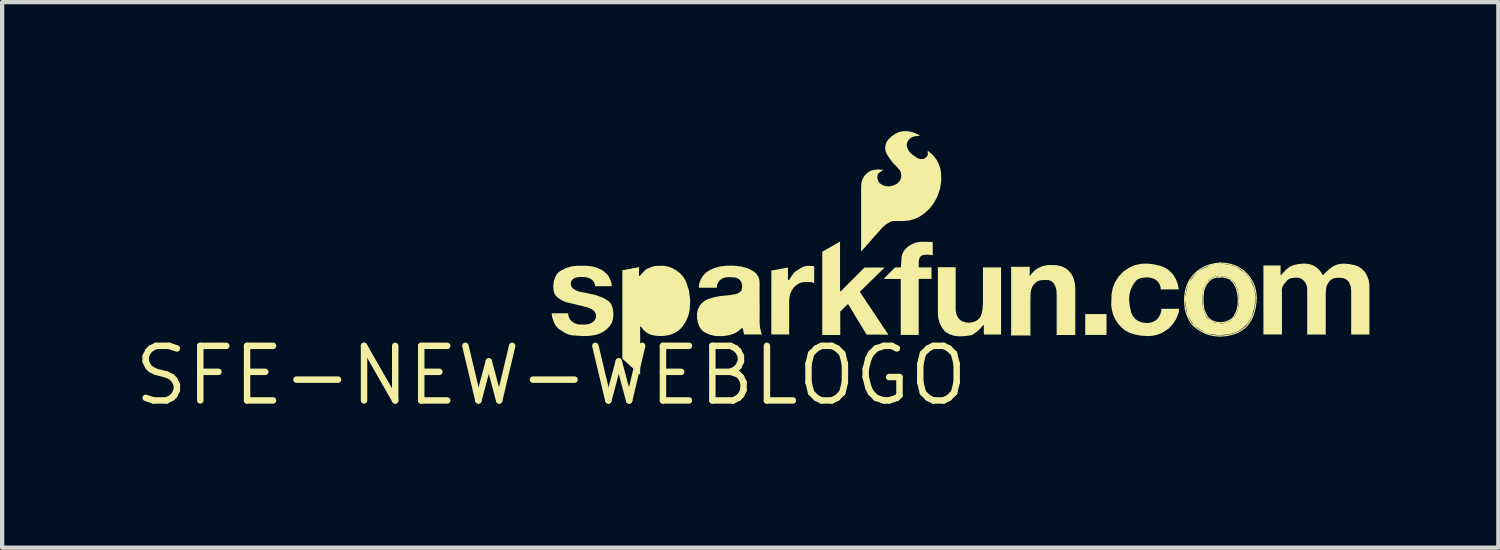
<source format=kicad_pcb>
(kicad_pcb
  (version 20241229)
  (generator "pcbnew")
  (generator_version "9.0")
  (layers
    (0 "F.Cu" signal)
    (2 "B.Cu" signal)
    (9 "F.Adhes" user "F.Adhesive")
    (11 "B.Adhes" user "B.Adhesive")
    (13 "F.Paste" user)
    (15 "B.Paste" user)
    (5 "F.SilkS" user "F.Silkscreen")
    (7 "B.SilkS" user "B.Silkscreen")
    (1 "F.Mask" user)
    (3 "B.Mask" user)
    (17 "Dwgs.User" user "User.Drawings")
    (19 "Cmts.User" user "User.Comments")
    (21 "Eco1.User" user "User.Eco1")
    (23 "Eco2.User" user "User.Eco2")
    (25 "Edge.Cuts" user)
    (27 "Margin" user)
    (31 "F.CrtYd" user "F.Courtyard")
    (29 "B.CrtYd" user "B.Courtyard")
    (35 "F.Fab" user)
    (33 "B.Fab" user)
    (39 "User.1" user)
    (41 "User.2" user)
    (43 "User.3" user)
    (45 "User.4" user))
  (footprint "SFE-NEW-WEBLOGO"
    (layer "F.Cu")
    (at 9.774 5.687)
    (property "Reference" "SFE-NEW-WEBLOGO" (at 0 0 0) (layer "F.SilkS") (effects (font (size 1.27 1.27) (thickness 0.15))))
    (attr through_hole)
    (fp_line (start 10.716 -2.517) (end 11.12 -2.517) (stroke (width 0.025) (type solid)) (layer "F.SilkS"))
    (fp_line (start 10.716 -0.945) (end 10.716 -2.517) (stroke (width 0.025) (type solid)) (layer "F.SilkS"))
    (fp_line (start 11.12 -2.517) (end 11.12 -2.296) (stroke (width 0.025) (type solid)) (layer "F.SilkS"))
    (fp_line (start 11.12 -2.296) (end 11.128 -2.296) (stroke (width 0.025) (type solid)) (layer "F.SilkS"))
    (fp_line (start 11.138 -1.814) (end 11.138 -0.945) (stroke (width 0.025) (type solid)) (layer "F.SilkS"))
    (fp_line (start 11.138 -0.945) (end 10.716 -0.945) (stroke (width 0.025) (type solid)) (layer "F.SilkS"))
    (fp_line (start 11.773 -0.955) (end 11.773 -1.92) (stroke (width 0.025) (type solid)) (layer "F.SilkS"))
    (fp_line (start 12.182 -2.009) (end 12.182 -0.955) (stroke (width 0.025) (type solid)) (layer "F.SilkS"))
    (fp_line (start 12.182 -0.955) (end 11.773 -0.955) (stroke (width 0.025) (type solid)) (layer "F.SilkS"))
    (fp_line (start 15.55 -2.614) (end 15.55 -2.291) (stroke (width 0.025) (type solid)) (layer "F.SilkS"))
    (fp_line (start 15.55 -2.291) (end 15.527 -2.291) (stroke (width 0.025) (type solid)) (layer "F.SilkS"))
    (fp_line (start 15.57 -2.614) (end 15.585 -2.614) (stroke (width 0.025) (type solid)) (layer "F.SilkS"))
    (fp_line (start 15.57 -2.296) (end 15.57 -2.614) (stroke (width 0.025) (type solid)) (layer "F.SilkS"))
    (fp_arc (start 11.1379 -1.8821) (mid 11.146106 -1.962214) (end 11.1684 -2.0396) (stroke (width 0.0254) (type solid)) (layer "F.SilkS"))
    (fp_arc (start 11.1379 -1.8136) (mid 11.137681 -1.84785) (end 11.1379 -1.8821) (stroke (width 0.0254) (type solid)) (layer "F.SilkS"))
    (fp_arc (start 11.1455 -2.3038) (mid 11.137379 -2.298176) (end 11.1277 -2.2962) (stroke (width 0.0254) (type solid)) (layer "F.SilkS"))
    (fp_arc (start 11.1582 -2.319) (mid 11.152103 -2.311188) (end 11.1455 -2.3038) (stroke (width 0.0254) (type solid)) (layer "F.SilkS"))
    (fp_arc (start 11.1582 -2.319) (mid 11.172158 -2.338081) (end 11.1862 -2.3571) (stroke (width 0.0254) (type solid)) (layer "F.SilkS"))
    (fp_arc (start 11.1684 -2.0396) (mid 11.206138 -2.110015) (end 11.2598 -2.1692) (stroke (width 0.0254) (type solid)) (layer "F.SilkS"))
    (fp_arc (start 11.1862 -2.3571) (mid 11.2264 -2.404414) (end 11.2725 -2.446) (stroke (width 0.0254) (type solid)) (layer "F.SilkS"))
    (fp_arc (start 11.259799 -2.1692) (mid 11.334441 -2.214452) (end 11.4198 -2.2327) (stroke (width 0.0254) (type solid)) (layer "F.SilkS"))
    (fp_arc (start 11.2725 -2.446) (mid 11.411238 -2.52384) (end 11.5672 -2.5552) (stroke (width 0.0254) (type solid)) (layer "F.SilkS"))
    (fp_arc (start 11.5316 -2.2377) (mid 11.475702 -2.235165) (end 11.4198 -2.2327) (stroke (width 0.0254) (type solid)) (layer "F.SilkS"))
    (fp_arc (start 11.5316 -2.2377) (mid 11.565101 -2.235924) (end 11.5976 -2.2276) (stroke (width 0.0254) (type solid)) (layer "F.SilkS"))
    (fp_arc (start 11.5672 -2.5552) (mid 11.667584 -2.556058) (end 11.7678 -2.5502) (stroke (width 0.0254) (type solid)) (layer "F.SilkS"))
    (fp_arc (start 11.5976 -2.2276) (mid 11.664346 -2.1894) (end 11.7145 -2.1311) (stroke (width 0.0254) (type solid)) (layer "F.SilkS"))
    (fp_arc (start 11.7145 -2.1311) (mid 11.758038 -2.02962) (end 11.7729 -1.9202) (stroke (width 0.0254) (type solid)) (layer "F.SilkS"))
    (fp_arc (start 11.7678 -2.5502) (mid 11.911985 -2.511161) (end 12.0345 -2.425699) (stroke (width 0.0254) (type solid)) (layer "F.SilkS"))
    (fp_arc (start 12.0345 -2.4257) (mid 12.104013 -2.336521) (end 12.1488 -2.232699) (stroke (width 0.0254) (type solid)) (layer "F.SilkS"))
    (fp_arc (start 12.1488 -2.2327) (mid 12.172766 -2.122002) (end 12.1818 -2.0091) (stroke (width 0.0254) (type solid)) (layer "F.SilkS"))
    (fp_arc (start 14.7523 -1.5672) (mid 14.737287 -1.759061) (end 14.7549 -1.9507) (stroke (width 0.0254) (type solid)) (layer "F.SilkS"))
    (fp_arc (start 14.7549 -1.9507) (mid 14.882786 -2.260687) (end 15.128201 -2.4892) (stroke (width 0.0254) (type solid)) (layer "F.SilkS"))
    (fp_arc (start 14.8615 -1.27) (mid 14.792796 -1.413418) (end 14.7523 -1.5672) (stroke (width 0.0254) (type solid)) (layer "F.SilkS"))
    (fp_arc (start 14.9911 -1.1201) (mid 14.919858 -1.189481) (end 14.8615 -1.27) (stroke (width 0.0254) (type solid)) (layer "F.SilkS"))
    (fp_arc (start 15.1282 -2.4892) (mid 15.331296 -2.577713) (end 15.5499 -2.6137) (stroke (width 0.0254) (type solid)) (layer "F.SilkS"))
    (fp_arc (start 15.168899 -1.8847) (mid 15.20247 -2.035022) (end 15.2781 -2.1692) (stroke (width 0.0254) (type solid)) (layer "F.SilkS"))
    (fp_arc (start 15.1714 -1.6383) (mid 15.165026 -1.761448) (end 15.1689 -1.8847) (stroke (width 0.0254) (type solid)) (layer "F.SilkS"))
    (fp_arc (start 15.24 -1.4097) (mid 15.194331 -1.520588) (end 15.1714 -1.6383) (stroke (width 0.0254) (type solid)) (layer "F.SilkS"))
    (fp_arc (start 15.278099 -2.1692) (mid 15.388433 -2.258974) (end 15.527 -2.2911) (stroke (width 0.0254) (type solid)) (layer "F.SilkS"))
    (fp_arc (start 15.428 -1.2522) (mid 15.31871 -1.312699) (end 15.24 -1.4097) (stroke (width 0.0254) (type solid)) (layer "F.SilkS"))
    (fp_arc (start 15.5423 -0.9195) (mid 15.249615 -0.972854) (end 14.9911 -1.1201) (stroke (width 0.0254) (type solid)) (layer "F.SilkS"))
    (fp_arc (start 15.5702 -2.2962) (mid 15.650001 -2.290017) (end 15.7277 -2.2708) (stroke (width 0.0254) (type solid)) (layer "F.SilkS"))
    (fp_arc (start 15.5854 -2.6137) (mid 15.698073 -2.606673) (end 15.809 -2.5857) (stroke (width 0.0254) (type solid)) (layer "F.SilkS"))
    (fp_arc (start 15.7277 -2.2708) (mid 15.783745 -2.244042) (end 15.8318 -2.2047) (stroke (width 0.0254) (type solid)) (layer "F.SilkS"))
    (fp_arc (start 15.7632 -1.2725) (mid 15.597525 -1.230563) (end 15.428 -1.2522) (stroke (width 0.0254) (type solid)) (layer "F.SilkS"))
    (fp_arc (start 15.809 -2.5857) (mid 15.978822 -2.520652) (end 16.129 -2.4181) (stroke (width 0.0254) (type solid)) (layer "F.SilkS"))
    (fp_arc (start 15.8318 -2.2047) (mid 15.910982 -2.096372) (end 15.9588 -1.971) (stroke (width 0.0254) (type solid)) (layer "F.SilkS"))
    (fp_arc (start 15.9029 -0.9754) (mid 15.724919 -0.932492) (end 15.5423 -0.9195) (stroke (width 0.0254) (type solid)) (layer "F.SilkS"))
    (fp_arc (start 15.908 -1.4097) (mid 15.846801 -1.329279) (end 15.7632 -1.2725) (stroke (width 0.0254) (type solid)) (layer "F.SilkS"))
    (fp_arc (start 15.9588 -1.971) (mid 15.980368 -1.846143) (end 15.9868 -1.7196) (stroke (width 0.0254) (type solid)) (layer "F.SilkS"))
    (fp_arc (start 15.9868 -1.7196) (mid 15.966058 -1.559906) (end 15.908 -1.4097) (stroke (width 0.0254) (type solid)) (layer "F.SilkS"))
    (fp_arc (start 16.129 -2.4181) (mid 16.333054 -2.143404) (end 16.4033 -1.808499) (stroke (width 0.0254) (type solid)) (layer "F.SilkS"))
    (fp_arc (start 16.317 -1.3665) (mid 16.153433 -1.12491) (end 15.9029 -0.9754) (stroke (width 0.0254) (type solid)) (layer "F.SilkS"))
    (fp_arc (start 16.4033 -1.8085) (mid 16.380488 -1.583529) (end 16.317 -1.3665) (stroke (width 0.0254) (type solid)) (layer "F.SilkS"))
    (fp_poly (pts (xy 12.426 -0.945) (xy 12.921 -0.945) (xy 12.921 -1.43) (xy 12.426 -1.43)) (stroke (width 0) (type solid)) (fill yes) (layer "F.SilkS"))
    (fp_poly (pts (xy 7.757 -2.512) (xy 7.29 -2.512) (xy 6.739 -1.961) (xy 6.728 -1.961) (xy 6.721 -1.969) (xy 6.721 -3.117) (xy 6.307 -2.88) (xy 6.307 -0.947) (xy 6.312 -0.942) (xy 6.726 -0.942) (xy 6.726 -1.478) (xy 6.726 -1.478) (xy 6.726 -1.483) (xy 6.726 -1.488) (xy 6.726 -1.488) (xy 6.726 -1.488) (xy 6.73 -1.492) (xy 6.733 -1.496) (xy 6.733 -1.496) (xy 6.892 -1.65) (xy 6.893 -1.652) (xy 6.896 -1.654) (xy 6.899 -1.656) (xy 6.9 -1.656) (xy 6.902 -1.657) (xy 6.906 -1.656) (xy 6.909 -1.656) (xy 6.911 -1.655) (xy 6.912 -1.655) (xy 6.914 -1.652) (xy 6.917 -1.649) (xy 6.917 -1.647) (xy 7.338 -0.953) (xy 7.846 -0.95) (xy 7.187 -1.938) (xy 7.184 -1.941) (xy 7.184 -1.943) (xy 7.184 -1.944) (xy 7.184 -1.948) (xy 7.184 -1.952) (xy 7.185 -1.953) (xy 7.186 -1.954) (xy 7.189 -1.956)) (stroke (width 0) (type solid)) (fill yes) (layer "F.SilkS"))
    (fp_poly (pts (xy 1.656 -0.391) (xy 2.07 -0.018) (xy 2.07 -1.124) (xy 2.069 -1.125) (xy 2.07 -1.129) (xy 2.07 -1.133) (xy 2.071 -1.134) (xy 2.071 -1.135) (xy 2.075 -1.138) (xy 2.078 -1.141) (xy 2.079 -1.141) (xy 2.08 -1.141) (xy 2.084 -1.141) (xy 2.088 -1.141) (xy 2.089 -1.14) (xy 2.09 -1.14) (xy 2.092 -1.136) (xy 2.095 -1.133) (xy 2.095 -1.132) (xy 2.145 -1.064) (xy 2.211 -1.005) (xy 2.288 -0.961) (xy 2.372 -0.935) (xy 2.494 -0.919) (xy 2.617 -0.921) (xy 2.738 -0.94) (xy 2.83 -0.969) (xy 2.916 -1.014) (xy 2.992 -1.072) (xy 3.058 -1.143) (xy 3.135 -1.261) (xy 3.191 -1.391) (xy 3.223 -1.529) (xy 3.235 -1.751) (xy 3.207 -1.971) (xy 3.139 -2.182) (xy 3.081 -2.286) (xy 3.002 -2.375) (xy 2.92 -2.44) (xy 2.83 -2.494) (xy 2.727 -2.534) (xy 2.619 -2.553) (xy 2.421 -2.55) (xy 2.372 -2.54) (xy 2.24 -2.487) (xy 2.201 -2.463) (xy 2.167 -2.433) (xy 2.078 -2.337) (xy 2.068 -2.326) (xy 2.068 -2.325) (xy 2.064 -2.322) (xy 2.061 -2.318) (xy 2.06 -2.318) (xy 2.06 -2.318) (xy 2.055 -2.318) (xy 2.05 -2.318) (xy 2.05 -2.318) (xy 2.05 -2.318) (xy 2.046 -2.321) (xy 2.043 -2.325) (xy 2.043 -2.325) (xy 2.042 -2.325) (xy 2.042 -2.33) (xy 2.042 -2.335) (xy 2.042 -2.335) (xy 2.045 -2.522) (xy 1.656 -2.449)) (stroke (width 0) (type solid)) (fill yes) (layer "F.SilkS"))
    (fp_poly (pts (xy 8.138 -2.56) (xy 8.138 -2.522) (xy 8.131 -2.515) (xy 8.001 -2.515) (xy 7.734 -2.248) (xy 7.734 -2.248) (xy 8.12 -2.245) (xy 8.126 -2.245) (xy 8.126 -2.245) (xy 8.126 -2.245) (xy 8.129 -2.242) (xy 8.133 -2.238) (xy 8.133 -2.238) (xy 8.133 -2.238) (xy 8.133 -2.233) (xy 8.133 -0.945) (xy 8.55 -0.945) (xy 8.55 -2.24) (xy 8.557 -2.248) (xy 8.849 -2.248) (xy 8.849 -2.515) (xy 8.56 -2.515) (xy 8.552 -2.522) (xy 8.552 -2.649) (xy 8.552 -2.65) (xy 8.552 -2.654) (xy 8.552 -2.659) (xy 8.553 -2.659) (xy 8.558 -2.698) (xy 8.557 -2.7) (xy 8.559 -2.703) (xy 8.559 -2.707) (xy 8.561 -2.708) (xy 8.576 -2.744) (xy 8.575 -2.746) (xy 8.578 -2.748) (xy 8.579 -2.752) (xy 8.581 -2.752) (xy 8.595 -2.77) (xy 8.595 -2.772) (xy 8.598 -2.774) (xy 8.6 -2.777) (xy 8.602 -2.777) (xy 8.621 -2.791) (xy 8.622 -2.792) (xy 8.625 -2.793) (xy 8.628 -2.795) (xy 8.63 -2.795) (xy 8.651 -2.803) (xy 8.653 -2.804) (xy 8.656 -2.804) (xy 8.66 -2.805) (xy 8.661 -2.805) (xy 8.744 -2.812) (xy 8.745 -2.813) (xy 8.749 -2.813) (xy 8.753 -2.813) (xy 8.754 -2.812) (xy 8.847 -2.804) (xy 8.87 -2.802) (xy 8.877 -2.802) (xy 8.877 -3.104) (xy 8.875 -3.104) (xy 8.87 -3.104) (xy 8.87 -3.104) (xy 8.743 -3.111) (xy 8.588 -3.111) (xy 8.486 -3.094) (xy 8.391 -3.057) (xy 8.304 -3.002) (xy 8.23 -2.931) (xy 8.196 -2.883) (xy 8.171 -2.83) (xy 8.156 -2.774)) (stroke (width 0) (type solid)) (fill yes) (layer "F.SilkS"))
    (fp_poly (pts (xy 5.121 -0.955) (xy 5.537 -0.955) (xy 5.537 -1.732) (xy 5.537 -1.733) (xy 5.537 -1.737) (xy 5.537 -1.742) (xy 5.538 -1.743) (xy 5.544 -1.818) (xy 5.544 -1.819) (xy 5.545 -1.824) (xy 5.545 -1.828) (xy 5.546 -1.829) (xy 5.564 -1.903) (xy 5.563 -1.904) (xy 5.565 -1.907) (xy 5.566 -1.911) (xy 5.567 -1.912) (xy 5.6 -1.985) (xy 5.6 -1.986) (xy 5.602 -1.989) (xy 5.604 -1.993) (xy 5.605 -1.993) (xy 5.653 -2.057) (xy 5.654 -2.058) (xy 5.657 -2.061) (xy 5.659 -2.064) (xy 5.66 -2.064) (xy 5.721 -2.115) (xy 5.722 -2.116) (xy 5.725 -2.118) (xy 5.728 -2.121) (xy 5.73 -2.121) (xy 5.771 -2.143) (xy 5.771 -2.145) (xy 5.775 -2.146) (xy 5.779 -2.148) (xy 5.78 -2.148) (xy 5.824 -2.163) (xy 5.825 -2.164) (xy 5.829 -2.165) (xy 5.833 -2.166) (xy 5.834 -2.166) (xy 5.88 -2.173) (xy 5.881 -2.174) (xy 5.885 -2.174) (xy 5.889 -2.175) (xy 5.89 -2.174) (xy 6.035 -2.174) (xy 6.036 -2.175) (xy 6.04 -2.174) (xy 6.044 -2.174) (xy 6.045 -2.173) (xy 6.101 -2.161) (xy 6.116 -2.159) (xy 6.119 -2.159) (xy 6.119 -2.545) (xy 5.982 -2.553) (xy 5.912 -2.544) (xy 5.845 -2.522) (xy 5.784 -2.487) (xy 5.695 -2.428) (xy 5.655 -2.398) (xy 5.624 -2.36) (xy 5.558 -2.26) (xy 5.558 -2.26) (xy 5.555 -2.256) (xy 5.552 -2.251) (xy 5.552 -2.251) (xy 5.538 -2.229) (xy 5.536 -2.225) (xy 5.535 -2.225) (xy 5.534 -2.224) (xy 5.53 -2.223) (xy 5.529 -2.223) (xy 5.527 -2.222) (xy 5.524 -2.222) (xy 5.521 -2.221) (xy 5.519 -2.222) (xy 5.517 -2.222) (xy 5.514 -2.224) (xy 5.512 -2.225) (xy 5.511 -2.227) (xy 5.509 -2.229) (xy 5.509 -2.232) (xy 5.508 -2.235) (xy 5.509 -2.237) (xy 5.509 -2.512) (xy 5.123 -2.443)) (stroke (width 0) (type solid)) (fill yes) (layer "F.SilkS"))
    (fp_poly (pts (xy 9.366 -0.927) (xy 9.469 -0.912) (xy 9.619 -0.915) (xy 9.766 -0.937) (xy 9.793 -0.945) (xy 9.817 -0.958) (xy 9.91 -1.023) (xy 9.993 -1.102) (xy 10.041 -1.162) (xy 10.041 -1.163) (xy 10.044 -1.166) (xy 10.047 -1.17) (xy 10.047 -1.17) (xy 10.048 -1.171) (xy 10.053 -1.171) (xy 10.057 -1.171) (xy 10.058 -1.171) (xy 10.059 -1.171) (xy 10.062 -1.167) (xy 10.065 -1.165) (xy 10.065 -1.164) (xy 10.066 -1.163) (xy 10.066 -1.159) (xy 10.067 -1.154) (xy 10.066 -1.154) (xy 10.066 -0.953) (xy 10.467 -0.953) (xy 10.467 -2.515) (xy 10.046 -2.515) (xy 10.046 -1.689) (xy 10.046 -1.689) (xy 10.046 -1.684) (xy 10.046 -1.679) (xy 10.045 -1.679) (xy 10.038 -1.565) (xy 10.039 -1.564) (xy 10.038 -1.56) (xy 10.038 -1.555) (xy 10.037 -1.555) (xy 10.016 -1.443) (xy 10.017 -1.441) (xy 10.015 -1.438) (xy 10.014 -1.434) (xy 10.013 -1.433) (xy 9.995 -1.385) (xy 9.996 -1.383) (xy 9.993 -1.38) (xy 9.992 -1.377) (xy 9.991 -1.376) (xy 9.962 -1.333) (xy 9.962 -1.332) (xy 9.959 -1.329) (xy 9.957 -1.326) (xy 9.955 -1.326) (xy 9.918 -1.291) (xy 9.917 -1.289) (xy 9.914 -1.288) (xy 9.911 -1.285) (xy 9.909 -1.285) (xy 9.865 -1.26) (xy 9.864 -1.258) (xy 9.86 -1.257) (xy 9.857 -1.255) (xy 9.855 -1.256) (xy 9.793 -1.237) (xy 9.793 -1.236) (xy 9.789 -1.235) (xy 9.785 -1.234) (xy 9.784 -1.235) (xy 9.719 -1.229) (xy 9.718 -1.228) (xy 9.714 -1.228) (xy 9.71 -1.228) (xy 9.709 -1.229) (xy 9.645 -1.236) (xy 9.643 -1.235) (xy 9.639 -1.237) (xy 9.636 -1.237) (xy 9.635 -1.238) (xy 9.573 -1.258) (xy 9.572 -1.258) (xy 9.568 -1.26) (xy 9.564 -1.261) (xy 9.564 -1.262) (xy 9.531 -1.281) (xy 9.529 -1.281) (xy 9.526 -1.284) (xy 9.523 -1.286) (xy 9.523 -1.287) (xy 9.494 -1.312) (xy 9.493 -1.312) (xy 9.49 -1.315) (xy 9.487 -1.318) (xy 9.487 -1.319) (xy 9.465 -1.35) (xy 9.463 -1.35) (xy 9.462 -1.354) (xy 9.459 -1.357) (xy 9.459 -1.358) (xy 9.428 -1.429) (xy 9.427 -1.43) (xy 9.426 -1.433) (xy 9.425 -1.437) (xy 9.425 -1.438) (xy 9.412 -1.514) (xy 9.411 -1.515) (xy 9.411 -1.519) (xy 9.41 -1.523) (xy 9.411 -1.524) (xy 9.411 -2.52) (xy 8.997 -2.52) (xy 8.997 -1.44) (xy 9.007 -1.33) (xy 9.037 -1.224) (xy 9.086 -1.125) (xy 9.152 -1.036) (xy 9.177 -1.014) (xy 9.267 -0.961)) (stroke (width 0) (type solid)) (fill yes) (layer "F.SilkS"))
    (fp_poly (pts (xy 10.716 -0.945) (xy 11.138 -0.945) (xy 11.138 -1.877) (xy 11.137 -1.878) (xy 11.138 -1.882) (xy 11.138 -1.887) (xy 11.138 -1.887) (xy 11.146 -1.957) (xy 11.145 -1.958) (xy 11.146 -1.962) (xy 11.147 -1.966) (xy 11.148 -1.967) (xy 11.167 -2.035) (xy 11.167 -2.036) (xy 11.168 -2.04) (xy 11.169 -2.043) (xy 11.171 -2.044) (xy 11.204 -2.106) (xy 11.204 -2.107) (xy 11.206 -2.11) (xy 11.208 -2.113) (xy 11.21 -2.114) (xy 11.256 -2.165) (xy 11.257 -2.167) (xy 11.26 -2.169) (xy 11.262 -2.172) (xy 11.264 -2.172) (xy 11.304 -2.199) (xy 11.304 -2.201) (xy 11.308 -2.202) (xy 11.311 -2.204) (xy 11.313 -2.204) (xy 11.357 -2.222) (xy 11.358 -2.223) (xy 11.362 -2.224) (xy 11.366 -2.225) (xy 11.367 -2.224) (xy 11.415 -2.232) (xy 11.415 -2.232) (xy 11.42 -2.233) (xy 11.424 -2.233) (xy 11.425 -2.233) (xy 11.526 -2.237) (xy 11.527 -2.238) (xy 11.532 -2.238) (xy 11.536 -2.238) (xy 11.537 -2.237) (xy 11.56 -2.236) (xy 11.561 -2.237) (xy 11.565 -2.236) (xy 11.569 -2.236) (xy 11.57 -2.235) (xy 11.593 -2.229) (xy 11.594 -2.229) (xy 11.598 -2.228) (xy 11.601 -2.227) (xy 11.602 -2.225) (xy 11.639 -2.207) (xy 11.641 -2.207) (xy 11.644 -2.205) (xy 11.647 -2.203) (xy 11.648 -2.201) (xy 11.679 -2.175) (xy 11.681 -2.175) (xy 11.683 -2.172) (xy 11.686 -2.169) (xy 11.686 -2.168) (xy 11.711 -2.135) (xy 11.713 -2.135) (xy 11.714 -2.131) (xy 11.717 -2.128) (xy 11.717 -2.127) (xy 11.744 -2.069) (xy 11.745 -2.069) (xy 11.747 -2.065) (xy 11.748 -2.061) (xy 11.748 -2.06) (xy 11.765 -1.999) (xy 11.766 -1.998) (xy 11.766 -1.994) (xy 11.767 -1.99) (xy 11.767 -1.989) (xy 11.772 -1.925) (xy 11.773 -1.925) (xy 11.773 -1.92) (xy 11.773 -1.916) (xy 11.773 -1.915) (xy 11.773 -0.955) (xy 12.182 -0.955) (xy 12.182 -2.009) (xy 12.173 -2.122) (xy 12.149 -2.233) (xy 12.122 -2.303) (xy 12.083 -2.368) (xy 12.034 -2.426) (xy 11.956 -2.487) (xy 11.866 -2.53) (xy 11.768 -2.55) (xy 11.567 -2.555) (xy 11.462 -2.54) (xy 11.362 -2.503) (xy 11.273 -2.446) (xy 11.226 -2.404) (xy 11.186 -2.357) (xy 11.161 -2.323) (xy 11.161 -2.323) (xy 11.158 -2.319) (xy 11.155 -2.315) (xy 11.155 -2.315) (xy 11.149 -2.308) (xy 11.148 -2.306) (xy 11.145 -2.304) (xy 11.143 -2.301) (xy 11.141 -2.301) (xy 11.141 -2.301) (xy 11.138 -2.298) (xy 11.137 -2.298) (xy 11.136 -2.297) (xy 11.132 -2.298) (xy 11.128 -2.298) (xy 11.127 -2.299) (xy 11.125 -2.299) (xy 11.123 -2.302) (xy 11.12 -2.305) (xy 11.12 -2.306) (xy 11.119 -2.308) (xy 11.12 -2.312) (xy 11.12 -2.517) (xy 10.716 -2.517)) (stroke (width 0) (type solid)) (fill yes) (layer "F.SilkS"))
    (fp_poly (pts (xy 15.245 -0.978) (xy 15.545 -0.937) (xy 15.796 -0.963) (xy 15.982 -1.026) (xy 16.093 -1.105) (xy 16.213 -1.219) (xy 16.294 -1.349) (xy 16.363 -1.595) (xy 16.388 -1.806) (xy 16.36 -2.024) (xy 16.256 -2.258) (xy 16.147 -2.385) (xy 15.949 -2.522) (xy 15.786 -2.578) (xy 15.585 -2.603) (xy 15.58 -2.306) (xy 15.585 -2.306) (xy 15.586 -2.307) (xy 15.591 -2.306) (xy 15.595 -2.306) (xy 15.596 -2.306) (xy 15.707 -2.297) (xy 15.71 -2.297) (xy 15.712 -2.296) (xy 15.715 -2.296) (xy 15.717 -2.294) (xy 15.807 -2.245) (xy 15.809 -2.245) (xy 15.812 -2.243) (xy 15.815 -2.241) (xy 15.815 -2.239) (xy 15.894 -2.163) (xy 15.897 -2.162) (xy 15.898 -2.159) (xy 15.9 -2.157) (xy 15.9 -2.154) (xy 15.972 -1.998) (xy 15.974 -1.997) (xy 15.974 -1.994) (xy 15.975 -1.991) (xy 15.975 -1.989) (xy 15.999 -1.803) (xy 15.999 -1.803) (xy 15.999 -1.798) (xy 16 -1.794) (xy 15.999 -1.793) (xy 15.999 -1.659) (xy 16 -1.657) (xy 15.999 -1.653) (xy 15.999 -1.65) (xy 15.998 -1.649) (xy 15.963 -1.501) (xy 15.963 -1.5) (xy 15.961 -1.496) (xy 15.96 -1.492) (xy 15.959 -1.491) (xy 15.908 -1.376) (xy 15.907 -1.373) (xy 15.906 -1.372) (xy 15.904 -1.369) (xy 15.902 -1.368) (xy 15.797 -1.273) (xy 15.796 -1.271) (xy 15.794 -1.27) (xy 15.792 -1.268) (xy 15.789 -1.268) (xy 15.618 -1.211) (xy 15.616 -1.209) (xy 15.613 -1.209) (xy 15.611 -1.208) (xy 15.608 -1.21) (xy 15.438 -1.231) (xy 15.435 -1.231) (xy 15.433 -1.232) (xy 15.43 -1.232) (xy 15.429 -1.235) (xy 15.267 -1.333) (xy 15.264 -1.334) (xy 15.263 -1.336) (xy 15.261 -1.337) (xy 15.261 -1.34) (xy 15.209 -1.438) (xy 15.208 -1.439) (xy 15.207 -1.443) (xy 15.205 -1.446) (xy 15.205 -1.448) (xy 15.17 -1.555) (xy 15.169 -1.555) (xy 15.169 -1.56) (xy 15.168 -1.564) (xy 15.168 -1.565) (xy 15.152 -1.682) (xy 15.151 -1.682) (xy 15.151 -1.687) (xy 15.151 -1.691) (xy 15.151 -1.692) (xy 15.156 -1.869) (xy 15.155 -1.87) (xy 15.156 -1.875) (xy 15.156 -1.879) (xy 15.157 -1.88) (xy 15.183 -2.019) (xy 15.183 -2.021) (xy 15.184 -2.024) (xy 15.185 -2.028) (xy 15.186 -2.029) (xy 15.223 -2.111) (xy 15.223 -2.113) (xy 15.225 -2.116) (xy 15.226 -2.119) (xy 15.228 -2.12) (xy 15.303 -2.224) (xy 15.304 -2.226) (xy 15.306 -2.228) (xy 15.307 -2.23) (xy 15.31 -2.23) (xy 15.421 -2.291) (xy 15.423 -2.293) (xy 15.425 -2.294) (xy 15.428 -2.295) (xy 15.43 -2.294) (xy 15.537 -2.309) (xy 15.537 -2.601) (xy 15.524 -2.606) (xy 15.519 -2.606) (xy 15.372 -2.588) (xy 15.034 -2.421) (xy 14.821 -2.149) (xy 14.74 -1.793) (xy 14.801 -1.405) (xy 14.961 -1.156)) (stroke (width 0) (type solid)) (fill yes) (layer "F.SilkS"))
    (fp_poly (pts (xy 0.49 -0.935) (xy 0.747 -0.917) (xy 0.879 -0.922) (xy 1.011 -0.94) (xy 1.111 -0.968) (xy 1.204 -1.013) (xy 1.289 -1.074) (xy 1.361 -1.148) (xy 1.399 -1.204) (xy 1.426 -1.267) (xy 1.44 -1.333) (xy 1.448 -1.438) (xy 1.438 -1.543) (xy 1.405 -1.643) (xy 1.379 -1.685) (xy 1.346 -1.72) (xy 1.277 -1.77) (xy 1.201 -1.811) (xy 1.036 -1.872) (xy 0.864 -1.91) (xy 0.665 -1.95) (xy 0.664 -1.949) (xy 0.66 -1.951) (xy 0.656 -1.952) (xy 0.656 -1.952) (xy 0.588 -1.977) (xy 0.586 -1.977) (xy 0.583 -1.979) (xy 0.579 -1.98) (xy 0.579 -1.981) (xy 0.517 -2.019) (xy 0.516 -2.019) (xy 0.513 -2.022) (xy 0.51 -2.024) (xy 0.51 -2.025) (xy 0.486 -2.05) (xy 0.484 -2.051) (xy 0.482 -2.054) (xy 0.48 -2.056) (xy 0.48 -2.058) (xy 0.465 -2.088) (xy 0.463 -2.09) (xy 0.462 -2.093) (xy 0.461 -2.096) (xy 0.461 -2.098) (xy 0.456 -2.129) (xy 0.455 -2.13) (xy 0.455 -2.134) (xy 0.455 -2.137) (xy 0.456 -2.139) (xy 0.46 -2.17) (xy 0.459 -2.172) (xy 0.46 -2.175) (xy 0.461 -2.178) (xy 0.462 -2.179) (xy 0.475 -2.208) (xy 0.475 -2.21) (xy 0.478 -2.212) (xy 0.479 -2.215) (xy 0.481 -2.216) (xy 0.5 -2.238) (xy 0.5 -2.24) (xy 0.503 -2.242) (xy 0.505 -2.244) (xy 0.507 -2.245) (xy 0.532 -2.26) (xy 0.532 -2.262) (xy 0.536 -2.263) (xy 0.539 -2.265) (xy 0.541 -2.265) (xy 0.576 -2.278) (xy 0.576 -2.279) (xy 0.581 -2.28) (xy 0.585 -2.281) (xy 0.586 -2.281) (xy 0.622 -2.288) (xy 0.623 -2.288) (xy 0.627 -2.288) (xy 0.632 -2.289) (xy 0.633 -2.289) (xy 0.709 -2.293) (xy 0.709 -2.293) (xy 0.714 -2.293) (xy 0.718 -2.293) (xy 0.719 -2.293) (xy 0.795 -2.289) (xy 0.796 -2.289) (xy 0.8 -2.288) (xy 0.804 -2.288) (xy 0.805 -2.287) (xy 0.847 -2.279) (xy 0.848 -2.28) (xy 0.852 -2.278) (xy 0.856 -2.277) (xy 0.856 -2.276) (xy 0.896 -2.26) (xy 0.897 -2.261) (xy 0.901 -2.259) (xy 0.904 -2.257) (xy 0.905 -2.256) (xy 0.941 -2.233) (xy 0.942 -2.233) (xy 0.945 -2.23) (xy 0.948 -2.228) (xy 0.949 -2.227) (xy 0.971 -2.205) (xy 0.972 -2.205) (xy 0.974 -2.202) (xy 0.977 -2.199) (xy 0.977 -2.198) (xy 0.995 -2.173) (xy 0.996 -2.172) (xy 0.997 -2.168) (xy 1 -2.165) (xy 0.999 -2.164) (xy 1.011 -2.136) (xy 1.013 -2.135) (xy 1.014 -2.131) (xy 1.015 -2.127) (xy 1.015 -2.126) (xy 1.018 -2.11) (xy 1.019 -2.109) (xy 1.019 -2.105) (xy 1.02 -2.101) (xy 1.02 -2.1) (xy 1.021 -2.078) (xy 1.41 -2.078) (xy 1.402 -2.149) (xy 1.196 -2.278) (xy 0.742 -2.41) (xy 0.323 -2.301) (xy 0.376 -1.996) (xy 0.815 -1.735) (xy 1.229 -1.509) (xy 1.233 -1.508) (xy 1.234 -1.507) (xy 1.235 -1.506) (xy 1.236 -1.502) (xy 1.238 -1.499) (xy 1.237 -1.497) (xy 1.238 -1.496) (xy 1.236 -1.493) (xy 1.134 -1.189) (xy 1.134 -1.187) (xy 1.132 -1.184) (xy 1.131 -1.18) (xy 1.129 -1.18) (xy 1.128 -1.178) (xy 1.125 -1.177) (xy 1.121 -1.176) (xy 1.12 -1.176) (xy 0.742 -1.091) (xy 0.737 -1.089) (xy 0.737 -1.09) (xy 0.736 -1.09) (xy 0.732 -1.092) (xy 0.013 -1.448) (xy 0.013 -1.448) (xy 0.015 -1.412) (xy 0.025 -1.354) (xy 0.069 -1.227) (xy 0.1 -1.167) (xy 0.142 -1.115) (xy 0.193 -1.072) (xy 0.312 -0.996) (xy 0.398 -0.956)) (stroke (width 0) (type solid)) (fill yes) (layer "F.SilkS"))
    (fp_poly (pts (xy 0.013 -1.448) (xy 0.726 -1.072) (xy 1.138 -1.163) (xy 1.25 -1.496) (xy 1.232 -1.532) (xy 0.416 -2.006) (xy 0.415 -2.006) (xy 0.411 -2.009) (xy 0.407 -2.011) (xy 0.407 -2.012) (xy 0.406 -2.012) (xy 0.405 -2.017) (xy 0.404 -2.022) (xy 0.405 -2.022) (xy 0.36 -2.274) (xy 0.359 -2.278) (xy 0.359 -2.279) (xy 0.359 -2.28) (xy 0.362 -2.284) (xy 0.364 -2.288) (xy 0.365 -2.288) (xy 0.365 -2.289) (xy 0.37 -2.289) (xy 0.732 -2.399) (xy 0.735 -2.401) (xy 0.737 -2.4) (xy 0.738 -2.401) (xy 0.741 -2.399) (xy 1.153 -2.267) (xy 1.156 -2.268) (xy 1.158 -2.266) (xy 1.161 -2.265) (xy 1.162 -2.263) (xy 1.354 -2.121) (xy 1.402 -2.156) (xy 1.382 -2.212) (xy 1.346 -2.291) (xy 1.318 -2.335) (xy 1.283 -2.375) (xy 1.187 -2.451) (xy 1.077 -2.504) (xy 0.942 -2.541) (xy 0.803 -2.555) (xy 0.622 -2.555) (xy 0.479 -2.54) (xy 0.341 -2.499) (xy 0.213 -2.433) (xy 0.166 -2.396) (xy 0.126 -2.351) (xy 0.097 -2.299) (xy 0.061 -2.19) (xy 0.048 -2.077) (xy 0.058 -1.963) (xy 0.074 -1.915) (xy 0.098 -1.87) (xy 0.132 -1.831) (xy 0.2 -1.778) (xy 0.275 -1.735) (xy 0.356 -1.704) (xy 0.714 -1.619) (xy 0.714 -1.619) (xy 0.719 -1.618) (xy 0.724 -1.617) (xy 0.724 -1.617) (xy 0.832 -1.588) (xy 0.833 -1.589) (xy 0.837 -1.587) (xy 0.841 -1.586) (xy 0.842 -1.585) (xy 0.945 -1.541) (xy 0.947 -1.541) (xy 0.95 -1.539) (xy 0.954 -1.538) (xy 0.954 -1.536) (xy 0.982 -1.517) (xy 0.984 -1.517) (xy 0.986 -1.515) (xy 0.989 -1.512) (xy 0.989 -1.511) (xy 1.011 -1.485) (xy 1.013 -1.485) (xy 1.015 -1.482) (xy 1.017 -1.479) (xy 1.017 -1.477) (xy 1.032 -1.447) (xy 1.033 -1.446) (xy 1.034 -1.443) (xy 1.036 -1.439) (xy 1.035 -1.438) (xy 1.042 -1.405) (xy 1.043 -1.404) (xy 1.043 -1.4) (xy 1.044 -1.396) (xy 1.043 -1.395) (xy 1.042 -1.361) (xy 1.042 -1.36) (xy 1.041 -1.356) (xy 1.041 -1.353) (xy 1.04 -1.352) (xy 1.03 -1.32) (xy 1.031 -1.318) (xy 1.029 -1.315) (xy 1.028 -1.311) (xy 1.026 -1.31) (xy 1.009 -1.282) (xy 1.009 -1.28) (xy 1.006 -1.278) (xy 1.004 -1.274) (xy 1.003 -1.274) (xy 0.979 -1.251) (xy 0.979 -1.249) (xy 0.975 -1.247) (xy 0.973 -1.244) (xy 0.971 -1.244) (xy 0.926 -1.217) (xy 0.925 -1.216) (xy 0.922 -1.214) (xy 0.918 -1.212) (xy 0.917 -1.213) (xy 0.867 -1.195) (xy 0.866 -1.194) (xy 0.862 -1.194) (xy 0.859 -1.193) (xy 0.857 -1.193) (xy 0.805 -1.187) (xy 0.805 -1.186) (xy 0.8 -1.186) (xy 0.796 -1.186) (xy 0.795 -1.186) (xy 0.671 -1.186) (xy 0.67 -1.186) (xy 0.666 -1.186) (xy 0.661 -1.186) (xy 0.66 -1.187) (xy 0.612 -1.193) (xy 0.611 -1.192) (xy 0.607 -1.194) (xy 0.603 -1.194) (xy 0.602 -1.196) (xy 0.551 -1.215) (xy 0.549 -1.214) (xy 0.546 -1.216) (xy 0.542 -1.218) (xy 0.541 -1.219) (xy 0.495 -1.249) (xy 0.493 -1.249) (xy 0.491 -1.252) (xy 0.487 -1.254) (xy 0.487 -1.255) (xy 0.448 -1.294) (xy 0.446 -1.295) (xy 0.445 -1.298) (xy 0.442 -1.301) (xy 0.442 -1.302) (xy 0.42 -1.338) (xy 0.418 -1.338) (xy 0.417 -1.342) (xy 0.415 -1.345) (xy 0.416 -1.347) (xy 0.403 -1.386) (xy 0.402 -1.387) (xy 0.402 -1.391) (xy 0.401 -1.395) (xy 0.402 -1.396) (xy 0.399 -1.438) (xy 0.399 -1.438) (xy 0.399 -1.443) (xy 0.399 -1.448) (xy 0.399 -1.448)) (stroke (width 0) (type solid)) (fill yes) (layer "F.SilkS"))
    (fp_poly (pts (xy 13.728 -0.927) (xy 13.886 -0.917) (xy 14.004 -0.926) (xy 14.12 -0.955) (xy 14.229 -1.001) (xy 14.354 -1.083) (xy 14.459 -1.189) (xy 14.541 -1.314) (xy 14.595 -1.453) (xy 14.604 -1.499) (xy 14.607 -1.547) (xy 14.607 -1.552) (xy 14.201 -1.552) (xy 14.191 -1.488) (xy 14.192 -1.487) (xy 14.191 -1.483) (xy 14.19 -1.479) (xy 14.189 -1.478) (xy 14.17 -1.422) (xy 14.17 -1.421) (xy 14.168 -1.417) (xy 14.167 -1.413) (xy 14.166 -1.413) (xy 14.138 -1.361) (xy 14.138 -1.359) (xy 14.135 -1.356) (xy 14.133 -1.353) (xy 14.132 -1.352) (xy 14.101 -1.315) (xy 14.101 -1.314) (xy 14.098 -1.311) (xy 14.095 -1.308) (xy 14.094 -1.308) (xy 14.055 -1.278) (xy 14.055 -1.277) (xy 14.051 -1.275) (xy 14.048 -1.273) (xy 14.047 -1.273) (xy 14.001 -1.25) (xy 14 -1.248) (xy 13.996 -1.247) (xy 13.993 -1.245) (xy 13.991 -1.246) (xy 13.942 -1.231) (xy 13.941 -1.23) (xy 13.937 -1.229) (xy 13.933 -1.228) (xy 13.932 -1.229) (xy 13.881 -1.222) (xy 13.88 -1.221) (xy 13.876 -1.222) (xy 13.872 -1.221) (xy 13.871 -1.222) (xy 13.799 -1.226) (xy 13.798 -1.225) (xy 13.794 -1.226) (xy 13.79 -1.226) (xy 13.789 -1.227) (xy 13.718 -1.243) (xy 13.717 -1.243) (xy 13.713 -1.245) (xy 13.71 -1.245) (xy 13.709 -1.247) (xy 13.645 -1.277) (xy 13.643 -1.277) (xy 13.64 -1.279) (xy 13.637 -1.28) (xy 13.636 -1.282) (xy 13.581 -1.326) (xy 13.579 -1.327) (xy 13.577 -1.33) (xy 13.574 -1.332) (xy 13.574 -1.334) (xy 13.531 -1.39) (xy 13.529 -1.39) (xy 13.528 -1.394) (xy 13.525 -1.397) (xy 13.526 -1.399) (xy 13.497 -1.463) (xy 13.496 -1.464) (xy 13.495 -1.468) (xy 13.493 -1.472) (xy 13.494 -1.473) (xy 13.461 -1.618) (xy 13.46 -1.618) (xy 13.46 -1.623) (xy 13.459 -1.627) (xy 13.459 -1.628) (xy 13.447 -1.775) (xy 13.446 -1.776) (xy 13.447 -1.781) (xy 13.446 -1.785) (xy 13.447 -1.786) (xy 13.456 -1.892) (xy 13.455 -1.893) (xy 13.456 -1.897) (xy 13.457 -1.901) (xy 13.458 -1.902) (xy 13.486 -2.004) (xy 13.486 -2.006) (xy 13.487 -2.009) (xy 13.489 -2.013) (xy 13.49 -2.014) (xy 13.537 -2.109) (xy 13.537 -2.111) (xy 13.539 -2.114) (xy 13.541 -2.118) (xy 13.542 -2.118) (xy 13.606 -2.203) (xy 13.606 -2.205) (xy 13.609 -2.207) (xy 13.612 -2.21) (xy 13.613 -2.211) (xy 13.643 -2.235) (xy 13.643 -2.237) (xy 13.646 -2.238) (xy 13.649 -2.241) (xy 13.651 -2.24) (xy 13.686 -2.256) (xy 13.687 -2.257) (xy 13.691 -2.258) (xy 13.694 -2.26) (xy 13.696 -2.259) (xy 13.77 -2.276) (xy 13.77 -2.276) (xy 13.775 -2.277) (xy 13.779 -2.278) (xy 13.78 -2.277) (xy 13.856 -2.283) (xy 13.857 -2.284) (xy 13.861 -2.284) (xy 13.865 -2.284) (xy 13.866 -2.283) (xy 13.941 -2.275) (xy 13.943 -2.276) (xy 13.947 -2.275) (xy 13.95 -2.275) (xy 13.951 -2.273) (xy 14.024 -2.249) (xy 14.025 -2.25) (xy 14.028 -2.248) (xy 14.032 -2.247) (xy 14.033 -2.245) (xy 14.076 -2.219) (xy 14.077 -2.219) (xy 14.08 -2.217) (xy 14.083 -2.215) (xy 14.084 -2.213) (xy 14.12 -2.178) (xy 14.121 -2.178) (xy 14.124 -2.175) (xy 14.126 -2.172) (xy 14.126 -2.17) (xy 14.153 -2.128) (xy 14.155 -2.127) (xy 14.156 -2.124) (xy 14.158 -2.12) (xy 14.158 -2.119) (xy 14.175 -2.071) (xy 14.176 -2.07) (xy 14.177 -2.067) (xy 14.178 -2.063) (xy 14.177 -2.062) (xy 14.183 -2.012) (xy 14.183 -2.011) (xy 14.183 -2.007) (xy 14.184 -2.004) (xy 14.602 -2.004) (xy 14.579 -2.125) (xy 14.536 -2.24) (xy 14.472 -2.347) (xy 14.387 -2.437) (xy 14.284 -2.507) (xy 14.168 -2.553) (xy 14.027 -2.585) (xy 13.884 -2.603) (xy 13.729 -2.601) (xy 13.579 -2.568) (xy 13.44 -2.507) (xy 13.315 -2.42) (xy 13.209 -2.311) (xy 13.125 -2.184) (xy 13.068 -2.044) (xy 13.038 -1.895) (xy 13.03 -1.646) (xy 13.045 -1.524) (xy 13.078 -1.407) (xy 13.13 -1.295) (xy 13.198 -1.194) (xy 13.275 -1.112) (xy 13.364 -1.043) (xy 13.464 -0.99) (xy 13.571 -0.955)) (stroke (width 0) (type solid)) (fill yes) (layer "F.SilkS"))
    (fp_poly (pts (xy 3.825 -0.919) (xy 3.989 -0.916) (xy 4.15 -0.94) (xy 4.254 -0.975) (xy 4.349 -1.029) (xy 4.428 -1.096) (xy 4.429 -1.097) (xy 4.432 -1.1) (xy 4.432 -1.1) (xy 4.433 -1.1) (xy 4.433 -1.1) (xy 4.434 -1.101) (xy 4.435 -1.103) (xy 4.438 -1.103) (xy 4.44 -1.105) (xy 4.441 -1.104) (xy 4.442 -1.105) (xy 4.444 -1.104) (xy 4.447 -1.105) (xy 4.447 -1.104) (xy 4.448 -1.104) (xy 4.45 -1.102) (xy 4.453 -1.102) (xy 4.453 -1.101) (xy 4.454 -1.1) (xy 4.455 -1.098) (xy 4.457 -1.097) (xy 4.457 -1.095) (xy 4.458 -1.092) (xy 4.458 -1.092) (xy 4.458 -1.092) (xy 4.458 -1.092) (xy 4.459 -1.088) (xy 4.459 -1.087) (xy 4.481 -0.988) (xy 4.488 -0.96) (xy 4.49 -0.957) (xy 4.494 -0.955) (xy 4.494 -0.955) (xy 4.498 -0.955) (xy 4.503 -0.955) (xy 4.503 -0.955) (xy 4.902 -0.955) (xy 4.896 -0.971) (xy 4.896 -0.971) (xy 4.895 -0.975) (xy 4.893 -0.98) (xy 4.893 -0.98) (xy 4.861 -1.102) (xy 4.86 -1.103) (xy 4.859 -1.107) (xy 4.858 -1.111) (xy 4.859 -1.112) (xy 4.849 -1.237) (xy 4.849 -1.237) (xy 4.849 -1.242) (xy 4.849 -1.247) (xy 4.849 -1.247) (xy 4.851 -1.681) (xy 4.849 -1.684) (xy 4.849 -2.169) (xy 4.84 -2.243) (xy 4.813 -2.312) (xy 4.77 -2.372) (xy 4.714 -2.421) (xy 4.584 -2.49) (xy 4.443 -2.532) (xy 4.269 -2.555) (xy 4.093 -2.556) (xy 3.919 -2.535) (xy 3.796 -2.501) (xy 3.68 -2.449) (xy 3.599 -2.391) (xy 3.53 -2.318) (xy 3.478 -2.233) (xy 3.445 -2.139) (xy 3.433 -2.053) (xy 3.434 -2.053) (xy 3.435 -2.052) (xy 3.436 -2.052) (xy 3.439 -2.048) (xy 3.442 -2.045) (xy 3.442 -2.044) (xy 3.442 -2.043) (xy 3.442 -2.042) (xy 3.853 -2.042) (xy 3.853 -2.043) (xy 3.853 -2.047) (xy 3.853 -2.052) (xy 3.854 -2.052) (xy 3.859 -2.098) (xy 3.858 -2.099) (xy 3.86 -2.103) (xy 3.86 -2.106) (xy 3.862 -2.107) (xy 3.877 -2.15) (xy 3.877 -2.152) (xy 3.879 -2.155) (xy 3.881 -2.158) (xy 3.882 -2.159) (xy 3.908 -2.197) (xy 3.908 -2.199) (xy 3.91 -2.201) (xy 3.912 -2.204) (xy 3.914 -2.205) (xy 3.948 -2.235) (xy 3.948 -2.237) (xy 3.952 -2.239) (xy 3.954 -2.241) (xy 3.956 -2.241) (xy 3.996 -2.263) (xy 3.997 -2.265) (xy 4.001 -2.266) (xy 4.004 -2.268) (xy 4.005 -2.267) (xy 4.054 -2.282) (xy 4.055 -2.283) (xy 4.059 -2.283) (xy 4.063 -2.284) (xy 4.064 -2.283) (xy 4.115 -2.288) (xy 4.115 -2.289) (xy 4.12 -2.289) (xy 4.124 -2.289) (xy 4.125 -2.288) (xy 4.252 -2.284) (xy 4.253 -2.284) (xy 4.257 -2.284) (xy 4.261 -2.283) (xy 4.262 -2.283) (xy 4.291 -2.278) (xy 4.292 -2.279) (xy 4.296 -2.277) (xy 4.3 -2.276) (xy 4.301 -2.275) (xy 4.328 -2.265) (xy 4.329 -2.265) (xy 4.333 -2.263) (xy 4.337 -2.262) (xy 4.337 -2.261) (xy 4.362 -2.245) (xy 4.363 -2.246) (xy 4.366 -2.243) (xy 4.37 -2.241) (xy 4.37 -2.239) (xy 4.39 -2.221) (xy 4.391 -2.221) (xy 4.393 -2.218) (xy 4.396 -2.215) (xy 4.396 -2.214) (xy 4.412 -2.192) (xy 4.413 -2.191) (xy 4.415 -2.188) (xy 4.417 -2.184) (xy 4.417 -2.183) (xy 4.428 -2.159) (xy 4.429 -2.158) (xy 4.43 -2.154) (xy 4.431 -2.15) (xy 4.431 -2.149) (xy 4.44 -2.104) (xy 4.441 -2.103) (xy 4.441 -2.099) (xy 4.442 -2.095) (xy 4.441 -2.094) (xy 4.441 -2.049) (xy 4.442 -2.047) (xy 4.441 -2.043) (xy 4.441 -2.039) (xy 4.44 -2.038) (xy 4.431 -1.994) (xy 4.431 -1.992) (xy 4.43 -1.989) (xy 4.429 -1.985) (xy 4.428 -1.984) (xy 4.427 -1.981) (xy 4.427 -1.98) (xy 4.425 -1.977) (xy 4.423 -1.973) (xy 4.422 -1.973) (xy 4.42 -1.97) (xy 4.42 -1.969) (xy 4.417 -1.966) (xy 4.415 -1.963) (xy 4.413 -1.963) (xy 4.39 -1.941) (xy 4.39 -1.94) (xy 4.387 -1.938) (xy 4.384 -1.935) (xy 4.382 -1.935) (xy 4.346 -1.915) (xy 4.345 -1.913) (xy 4.342 -1.912) (xy 4.338 -1.91) (xy 4.337 -1.91) (xy 4.297 -1.897) (xy 4.297 -1.896) (xy 4.293 -1.895) (xy 4.289 -1.893) (xy 4.288 -1.894) (xy 4.166 -1.873) (xy 4.165 -1.872) (xy 4.16 -1.872) (xy 4.156 -1.871) (xy 4.155 -1.871) (xy 3.94 -1.849) (xy 3.786 -1.821) (xy 3.637 -1.773) (xy 3.568 -1.736) (xy 3.507 -1.687) (xy 3.457 -1.626) (xy 3.414 -1.539) (xy 3.393 -1.445) (xy 3.393 -1.339) (xy 3.412 -1.235) (xy 3.449 -1.135) (xy 3.479 -1.087) (xy 3.516 -1.045) (xy 3.561 -1.011) (xy 3.688 -0.95)) (stroke (width 0) (type solid)) (fill yes) (layer "F.SilkS"))
    (fp_poly (pts (xy 18.613 -0.953) (xy 19.037 -0.953) (xy 19.037 -2.111) (xy 19.02 -2.22) (xy 18.982 -2.324) (xy 18.923 -2.418) (xy 18.858 -2.485) (xy 18.781 -2.535) (xy 18.694 -2.568) (xy 18.568 -2.593) (xy 18.44 -2.604) (xy 18.351 -2.597) (xy 18.264 -2.574) (xy 18.184 -2.535) (xy 18.095 -2.471) (xy 18.016 -2.395) (xy 17.974 -2.351) (xy 17.974 -2.351) (xy 17.971 -2.347) (xy 17.969 -2.345) (xy 17.968 -2.343) (xy 17.965 -2.342) (xy 17.963 -2.339) (xy 17.961 -2.339) (xy 17.959 -2.338) (xy 17.956 -2.339) (xy 17.952 -2.339) (xy 17.951 -2.34) (xy 17.949 -2.341) (xy 17.947 -2.344) (xy 17.945 -2.346) (xy 17.945 -2.348) (xy 17.908 -2.411) (xy 17.85 -2.478) (xy 17.78 -2.533) (xy 17.701 -2.573) (xy 17.609 -2.599) (xy 17.513 -2.606) (xy 17.376 -2.593) (xy 17.267 -2.568) (xy 17.178 -2.527) (xy 17.102 -2.466) (xy 17.026 -2.388) (xy 16.996 -2.349) (xy 16.993 -2.345) (xy 16.993 -2.344) (xy 16.992 -2.344) (xy 16.989 -2.343) (xy 16.988 -2.342) (xy 16.984 -2.342) (xy 16.98 -2.342) (xy 16.979 -2.342) (xy 16.977 -2.342) (xy 16.974 -2.345) (xy 16.971 -2.347) (xy 16.971 -2.349) (xy 16.97 -2.35) (xy 16.97 -2.354) (xy 16.969 -2.358) (xy 16.97 -2.359) (xy 16.97 -2.56) (xy 16.571 -2.56) (xy 16.571 -0.955) (xy 17.003 -0.955) (xy 17.003 -1.935) (xy 17 -1.994) (xy 16.999 -1.996) (xy 17 -1.999) (xy 17 -2.003) (xy 17.001 -2.004) (xy 17.012 -2.057) (xy 17.012 -2.059) (xy 17.014 -2.062) (xy 17.014 -2.065) (xy 17.016 -2.066) (xy 17.041 -2.114) (xy 17.041 -2.116) (xy 17.043 -2.118) (xy 17.045 -2.122) (xy 17.047 -2.122) (xy 17.124 -2.211) (xy 17.124 -2.213) (xy 17.127 -2.215) (xy 17.13 -2.218) (xy 17.131 -2.218) (xy 17.161 -2.24) (xy 17.161 -2.242) (xy 17.165 -2.243) (xy 17.168 -2.245) (xy 17.169 -2.245) (xy 17.203 -2.26) (xy 17.204 -2.261) (xy 17.208 -2.262) (xy 17.211 -2.264) (xy 17.213 -2.263) (xy 17.249 -2.27) (xy 17.25 -2.271) (xy 17.254 -2.271) (xy 17.259 -2.272) (xy 17.259 -2.271) (xy 17.335 -2.276) (xy 17.336 -2.276) (xy 17.341 -2.276) (xy 17.345 -2.276) (xy 17.346 -2.275) (xy 17.385 -2.273) (xy 17.387 -2.274) (xy 17.39 -2.272) (xy 17.394 -2.272) (xy 17.395 -2.271) (xy 17.433 -2.26) (xy 17.435 -2.26) (xy 17.438 -2.258) (xy 17.442 -2.257) (xy 17.443 -2.256) (xy 17.477 -2.236) (xy 17.479 -2.236) (xy 17.482 -2.233) (xy 17.485 -2.232) (xy 17.485 -2.23) (xy 17.515 -2.203) (xy 17.516 -2.203) (xy 17.518 -2.2) (xy 17.521 -2.197) (xy 17.521 -2.195) (xy 17.554 -2.147) (xy 17.556 -2.146) (xy 17.557 -2.142) (xy 17.559 -2.139) (xy 17.559 -2.138) (xy 17.58 -2.082) (xy 17.581 -2.081) (xy 17.581 -2.078) (xy 17.583 -2.074) (xy 17.582 -2.073) (xy 17.589 -2.014) (xy 17.59 -2.014) (xy 17.59 -2.009) (xy 17.59 -2.005) (xy 17.59 -2.004) (xy 17.59 -0.953) (xy 18.021 -0.953) (xy 18.021 -1.9) (xy 18.021 -1.9) (xy 18.021 -1.905) (xy 18.021 -1.91) (xy 18.022 -1.91) (xy 18.029 -2.012) (xy 18.028 -2.013) (xy 18.029 -2.017) (xy 18.029 -2.021) (xy 18.03 -2.022) (xy 18.043 -2.078) (xy 18.043 -2.079) (xy 18.044 -2.083) (xy 18.045 -2.087) (xy 18.046 -2.088) (xy 18.071 -2.14) (xy 18.07 -2.142) (xy 18.073 -2.145) (xy 18.074 -2.148) (xy 18.076 -2.149) (xy 18.11 -2.195) (xy 18.11 -2.197) (xy 18.113 -2.2) (xy 18.115 -2.203) (xy 18.116 -2.203) (xy 18.143 -2.227) (xy 18.143 -2.228) (xy 18.147 -2.23) (xy 18.149 -2.233) (xy 18.151 -2.232) (xy 18.182 -2.25) (xy 18.182 -2.251) (xy 18.186 -2.252) (xy 18.19 -2.254) (xy 18.191 -2.254) (xy 18.225 -2.264) (xy 18.226 -2.265) (xy 18.23 -2.266) (xy 18.233 -2.267) (xy 18.235 -2.266) (xy 18.317 -2.275) (xy 18.318 -2.275) (xy 18.322 -2.275) (xy 18.326 -2.276) (xy 18.327 -2.275) (xy 18.41 -2.269) (xy 18.411 -2.269) (xy 18.415 -2.268) (xy 18.419 -2.268) (xy 18.42 -2.267) (xy 18.458 -2.256) (xy 18.459 -2.256) (xy 18.462 -2.255) (xy 18.466 -2.254) (xy 18.467 -2.252) (xy 18.501 -2.233) (xy 18.503 -2.233) (xy 18.506 -2.231) (xy 18.509 -2.229) (xy 18.509 -2.227) (xy 18.538 -2.201) (xy 18.54 -2.2) (xy 18.542 -2.197) (xy 18.545 -2.195) (xy 18.545 -2.193) (xy 18.567 -2.161) (xy 18.569 -2.16) (xy 18.57 -2.156) (xy 18.572 -2.153) (xy 18.572 -2.152) (xy 18.6 -2.076) (xy 18.602 -2.075) (xy 18.602 -2.071) (xy 18.603 -2.068) (xy 18.603 -2.066) (xy 18.612 -1.986) (xy 18.613 -1.986) (xy 18.613 -1.981) (xy 18.614 -1.977) (xy 18.613 -1.976)) (stroke (width 0) (type solid)) (fill yes) (layer "F.SilkS"))
    (fp_poly (pts (xy 8.521 -5.573) (xy 8.522 -5.573) (xy 8.577 -5.573) (xy 8.574 -5.576) (xy 8.532 -5.609) (xy 8.481 -5.631) (xy 8.45 -5.644) (xy 8.45 -5.644) (xy 8.445 -5.646) (xy 8.441 -5.648) (xy 8.441 -5.649) (xy 8.423 -5.657) (xy 8.335 -5.679) (xy 8.245 -5.687) (xy 8.158 -5.68) (xy 8.074 -5.657) (xy 7.996 -5.619) (xy 7.918 -5.562) (xy 7.849 -5.497) (xy 7.805 -5.436) (xy 7.779 -5.367) (xy 7.77 -5.293) (xy 7.78 -5.22) (xy 7.808 -5.151) (xy 7.927 -4.975) (xy 8.069 -4.825) (xy 8.069 -4.825) (xy 8.072 -4.821) (xy 8.076 -4.817) (xy 8.075 -4.817) (xy 8.107 -4.78) (xy 8.109 -4.779) (xy 8.11 -4.776) (xy 8.113 -4.773) (xy 8.113 -4.771) (xy 8.134 -4.727) (xy 8.135 -4.726) (xy 8.136 -4.723) (xy 8.137 -4.719) (xy 8.137 -4.718) (xy 8.146 -4.67) (xy 8.147 -4.668) (xy 8.147 -4.665) (xy 8.147 -4.661) (xy 8.146 -4.66) (xy 8.142 -4.611) (xy 8.143 -4.609) (xy 8.142 -4.606) (xy 8.142 -4.602) (xy 8.14 -4.601) (xy 8.124 -4.555) (xy 8.124 -4.553) (xy 8.122 -4.55) (xy 8.121 -4.547) (xy 8.12 -4.546) (xy 8.092 -4.505) (xy 8.092 -4.504) (xy 8.089 -4.501) (xy 8.087 -4.498) (xy 8.085 -4.498) (xy 8.048 -4.466) (xy 8.048 -4.465) (xy 8.044 -4.463) (xy 8.041 -4.46) (xy 8.04 -4.46) (xy 7.992 -4.435) (xy 7.992 -4.434) (xy 7.988 -4.432) (xy 7.984 -4.43) (xy 7.983 -4.431) (xy 7.932 -4.414) (xy 7.931 -4.413) (xy 7.927 -4.412) (xy 7.923 -4.411) (xy 7.922 -4.411) (xy 7.869 -4.403) (xy 7.868 -4.402) (xy 7.864 -4.402) (xy 7.86 -4.401) (xy 7.859 -4.402) (xy 7.795 -4.405) (xy 7.793 -4.404) (xy 7.79 -4.405) (xy 7.786 -4.406) (xy 7.785 -4.407) (xy 7.724 -4.426) (xy 7.722 -4.425) (xy 7.719 -4.427) (xy 7.715 -4.428) (xy 7.715 -4.43) (xy 7.66 -4.463) (xy 7.658 -4.463) (xy 7.656 -4.465) (xy 7.653 -4.467) (xy 7.652 -4.469) (xy 7.625 -4.497) (xy 7.623 -4.498) (xy 7.622 -4.501) (xy 7.62 -4.503) (xy 7.62 -4.505) (xy 7.602 -4.54) (xy 7.6 -4.541) (xy 7.6 -4.544) (xy 7.598 -4.547) (xy 7.599 -4.549) (xy 7.591 -4.584) (xy 7.59 -4.585) (xy 7.59 -4.589) (xy 7.589 -4.592) (xy 7.59 -4.594) (xy 7.59 -4.629) (xy 7.589 -4.63) (xy 7.59 -4.634) (xy 7.59 -4.638) (xy 7.591 -4.639) (xy 7.599 -4.674) (xy 7.598 -4.676) (xy 7.6 -4.679) (xy 7.6 -4.682) (xy 7.602 -4.683) (xy 7.606 -4.691) (xy 7.606 -4.693) (xy 7.609 -4.696) (xy 7.61 -4.699) (xy 7.612 -4.699) (xy 7.619 -4.706) (xy 7.619 -4.707) (xy 7.623 -4.709) (xy 7.626 -4.712) (xy 7.627 -4.712) (xy 7.702 -4.767) (xy 7.703 -4.768) (xy 7.706 -4.77) (xy 7.71 -4.773) (xy 7.711 -4.773) (xy 7.718 -4.776) (xy 7.719 -4.778) (xy 7.722 -4.779) (xy 7.725 -4.78) (xy 7.727 -4.78) (xy 7.735 -4.781) (xy 7.736 -4.782) (xy 7.739 -4.782) (xy 7.742 -4.783) (xy 7.709 -4.788) (xy 7.615 -4.795) (xy 7.521 -4.788) (xy 7.451 -4.769) (xy 7.386 -4.737) (xy 7.329 -4.693) (xy 7.282 -4.638) (xy 7.242 -4.565) (xy 7.218 -4.485) (xy 7.211 -4.402) (xy 7.211 -2.885) (xy 7.211 -2.885) (xy 7.695 -3.43) (xy 7.695 -3.431) (xy 7.699 -3.434) (xy 7.702 -3.438) (xy 7.703 -3.438) (xy 7.782 -3.51) (xy 7.782 -3.512) (xy 7.786 -3.514) (xy 7.788 -3.516) (xy 7.79 -3.516) (xy 7.882 -3.571) (xy 7.883 -3.572) (xy 7.887 -3.574) (xy 7.89 -3.576) (xy 7.891 -3.576) (xy 7.919 -3.586) (xy 7.92 -3.587) (xy 7.924 -3.587) (xy 7.928 -3.589) (xy 7.929 -3.588) (xy 7.958 -3.593) (xy 7.959 -3.594) (xy 7.963 -3.594) (xy 7.967 -3.595) (xy 7.968 -3.594) (xy 8.191 -3.594) (xy 8.328 -3.607) (xy 8.46 -3.643) (xy 8.583 -3.703) (xy 8.698 -3.785) (xy 8.802 -3.882) (xy 8.89 -3.993) (xy 8.985 -4.161) (xy 9.047 -4.343) (xy 9.076 -4.534) (xy 9.07 -4.727) (xy 9.05 -4.831) (xy 9.014 -4.931) (xy 8.964 -5.024) (xy 8.873 -5.138) (xy 8.761 -5.23) (xy 8.761 -5.146) (xy 8.761 -5.145) (xy 8.761 -5.141) (xy 8.761 -5.137) (xy 8.76 -5.136) (xy 8.759 -5.132) (xy 8.76 -5.13) (xy 8.759 -5.126) (xy 8.758 -5.123) (xy 8.757 -5.122) (xy 8.755 -5.118) (xy 8.755 -5.116) (xy 8.753 -5.113) (xy 8.751 -5.11) (xy 8.75 -5.109) (xy 8.726 -5.08) (xy 8.726 -5.078) (xy 8.723 -5.076) (xy 8.721 -5.074) (xy 8.719 -5.073) (xy 8.688 -5.052) (xy 8.688 -5.051) (xy 8.684 -5.049) (xy 8.681 -5.047) (xy 8.68 -5.048) (xy 8.669 -5.044) (xy 8.668 -5.042) (xy 8.664 -5.042) (xy 8.66 -5.041) (xy 8.659 -5.041) (xy 8.612 -5.036) (xy 8.61 -5.035) (xy 8.607 -5.036) (xy 8.603 -5.035) (xy 8.602 -5.037) (xy 8.555 -5.045) (xy 8.553 -5.045) (xy 8.55 -5.046) (xy 8.547 -5.047) (xy 8.546 -5.049) (xy 8.503 -5.07) (xy 8.502 -5.07) (xy 8.499 -5.072) (xy 8.495 -5.074) (xy 8.495 -5.075) (xy 8.412 -5.135) (xy 8.411 -5.135) (xy 8.407 -5.138) (xy 8.404 -5.141) (xy 8.403 -5.142) (xy 8.369 -5.171) (xy 8.368 -5.172) (xy 8.365 -5.175) (xy 8.362 -5.178) (xy 8.362 -5.179) (xy 8.332 -5.213) (xy 8.331 -5.214) (xy 8.329 -5.217) (xy 8.326 -5.22) (xy 8.326 -5.222) (xy 8.302 -5.26) (xy 8.301 -5.261) (xy 8.299 -5.265) (xy 8.297 -5.268) (xy 8.297 -5.269) (xy 8.28 -5.311) (xy 8.279 -5.312) (xy 8.278 -5.316) (xy 8.276 -5.32) (xy 8.277 -5.321) (xy 8.272 -5.344) (xy 8.271 -5.345) (xy 8.271 -5.349) (xy 8.271 -5.353) (xy 8.272 -5.354) (xy 8.273 -5.377) (xy 8.272 -5.379) (xy 8.273 -5.382) (xy 8.273 -5.386) (xy 8.274 -5.387) (xy 8.288 -5.432) (xy 8.288 -5.434) (xy 8.289 -5.437) (xy 8.29 -5.441) (xy 8.292 -5.442) (xy 8.317 -5.482) (xy 8.317 -5.484) (xy 8.32 -5.486) (xy 8.322 -5.489) (xy 8.323 -5.49) (xy 8.358 -5.522) (xy 8.359 -5.524) (xy 8.362 -5.525) (xy 8.364 -5.528) (xy 8.366 -5.528) (xy 8.408 -5.55) (xy 8.409 -5.551) (xy 8.412 -5.552) (xy 8.416 -5.554) (xy 8.417 -5.554) (xy 8.459 -5.565) (xy 8.46 -5.566) (xy 8.464 -5.567) (xy 8.468 -5.568) (xy 8.469 -5.567) (xy 8.511 -5.572) (xy 8.512 -5.573) (xy 8.517 -5.573)) (stroke (width 0) (type solid)) (fill yes) (layer "F.SilkS")))
  (gr_rect
    (start -3 -3)
    (end 31.811 9.693)
    (stroke (width 0.1) (type default))
    (fill no)
    (layer "Edge.Cuts")))
</source>
